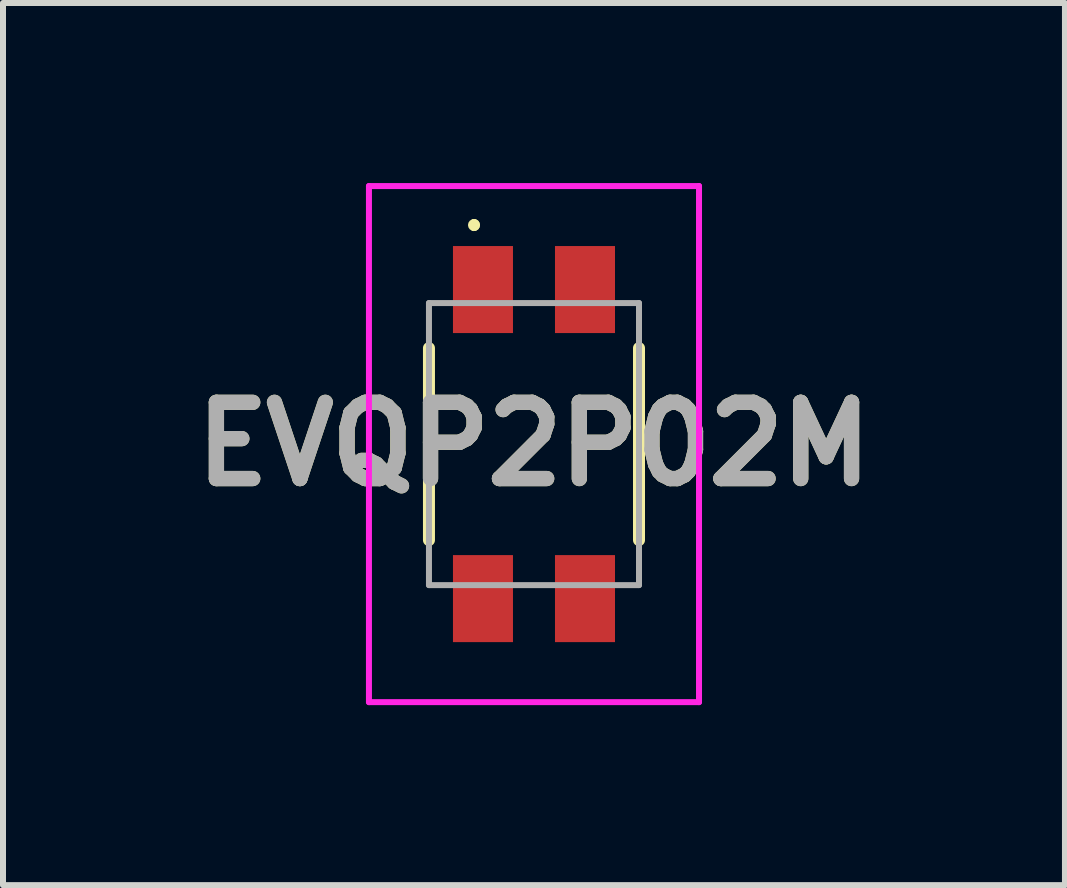
<source format=kicad_pcb>
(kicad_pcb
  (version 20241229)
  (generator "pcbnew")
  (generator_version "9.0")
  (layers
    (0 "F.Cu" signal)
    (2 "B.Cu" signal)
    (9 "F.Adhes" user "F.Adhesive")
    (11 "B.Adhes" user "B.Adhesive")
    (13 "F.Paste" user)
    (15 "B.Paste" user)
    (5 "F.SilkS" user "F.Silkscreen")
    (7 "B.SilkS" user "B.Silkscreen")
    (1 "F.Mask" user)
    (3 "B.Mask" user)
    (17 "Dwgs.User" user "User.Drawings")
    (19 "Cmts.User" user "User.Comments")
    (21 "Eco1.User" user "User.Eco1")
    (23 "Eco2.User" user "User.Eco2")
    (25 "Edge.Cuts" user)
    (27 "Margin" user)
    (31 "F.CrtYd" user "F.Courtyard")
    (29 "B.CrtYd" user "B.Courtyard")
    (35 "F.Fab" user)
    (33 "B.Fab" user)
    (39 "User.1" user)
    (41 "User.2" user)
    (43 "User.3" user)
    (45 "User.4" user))
  (footprint "EVQP2P02M"
    (layer "F.Cu")
    (at 5.848 4.35)
    (property "Reference" "EVQP2P02M" (at 0 0 0) (layer "F.SilkS") (effects (font (size 1.27 1.27) (thickness 0.254))))
    (attr smd)
    (fp_line (start -1.75 1.6) (end -1.75 -1.6) (stroke (width 0.2) (type solid)) (layer "F.SilkS"))
    (fp_line (start -1 -3.7) (end -1 -3.7) (stroke (width 0.1) (type solid)) (layer "F.SilkS"))
    (fp_line (start -1 -3.6) (end -1 -3.6) (stroke (width 0.1) (type solid)) (layer "F.SilkS"))
    (fp_line (start -1 -3.6) (end -1 -3.6) (stroke (width 0.1) (type solid)) (layer "F.SilkS"))
    (fp_line (start 1.75 1.6) (end 1.75 -1.6) (stroke (width 0.2) (type solid)) (layer "F.SilkS"))
    (fp_arc (start -1 -3.7) (mid -0.95 -3.65) (end -1 -3.6) (stroke (width 0.1) (type solid)) (layer "F.SilkS"))
    (fp_arc (start -1 -3.7) (mid -0.95 -3.65) (end -1 -3.6) (stroke (width 0.1) (type solid)) (layer "F.SilkS"))
    (fp_arc (start -1 -3.6) (mid -1.05 -3.65) (end -1 -3.7) (stroke (width 0.1) (type solid)) (layer "F.SilkS"))
    (fp_line (start -2.75 -4.3) (end 2.75 -4.3) (stroke (width 0.1) (type solid)) (layer "F.CrtYd"))
    (fp_line (start -2.75 4.3) (end -2.75 -4.3) (stroke (width 0.1) (type solid)) (layer "F.CrtYd"))
    (fp_line (start 2.75 -4.3) (end 2.75 4.3) (stroke (width 0.1) (type solid)) (layer "F.CrtYd"))
    (fp_line (start 2.75 4.3) (end -2.75 4.3) (stroke (width 0.1) (type solid)) (layer "F.CrtYd"))
    (fp_line (start -1.75 -2.35) (end -1.75 2.35) (stroke (width 0.1) (type solid)) (layer "F.Fab"))
    (fp_line (start -1.75 2.35) (end 1.75 2.35) (stroke (width 0.1) (type solid)) (layer "F.Fab"))
    (fp_line (start 1.75 -2.35) (end -1.75 -2.35) (stroke (width 0.1) (type solid)) (layer "F.Fab"))
    (fp_line (start 1.75 2.35) (end 1.75 -2.35) (stroke (width 0.1) (type solid)) (layer "F.Fab"))
    (fp_text user "${REFERENCE}" (at 0 0 0) (layer "F.Fab") (effects (font (size 1.27 1.27) (thickness 0.254))))
    (pad "1" smd rect (at -0.85 -2.575) (size 1 1.45) (layers "F.Cu" "F.Mask" "F.Paste"))
    (pad "2" smd rect (at 0.85 -2.575) (size 1 1.45) (layers "F.Cu" "F.Mask" "F.Paste"))
    (pad "3" smd rect (at -0.85 2.575) (size 1 1.45) (layers "F.Cu" "F.Mask" "F.Paste"))
    (pad "4" smd rect (at 0.85 2.575) (size 1 1.45) (layers "F.Cu" "F.Mask" "F.Paste")))
  (gr_rect
    (start -3 -3)
    (end 14.696 11.7)
    (stroke (width 0.1) (type default))
    (fill no)
    (layer "Edge.Cuts")))
</source>
